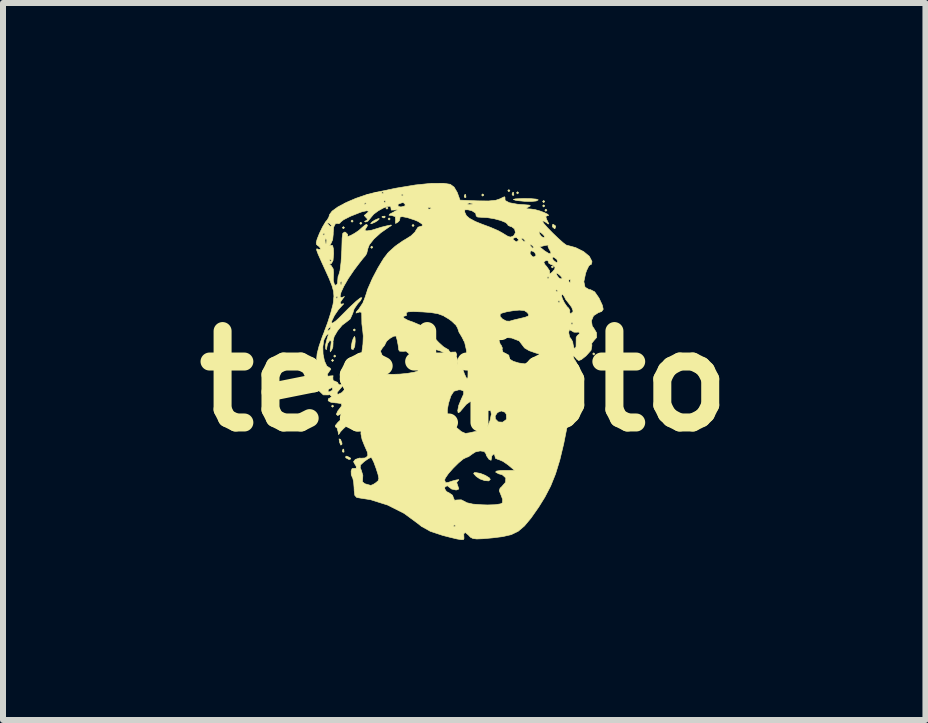
<source format=kicad_pcb>
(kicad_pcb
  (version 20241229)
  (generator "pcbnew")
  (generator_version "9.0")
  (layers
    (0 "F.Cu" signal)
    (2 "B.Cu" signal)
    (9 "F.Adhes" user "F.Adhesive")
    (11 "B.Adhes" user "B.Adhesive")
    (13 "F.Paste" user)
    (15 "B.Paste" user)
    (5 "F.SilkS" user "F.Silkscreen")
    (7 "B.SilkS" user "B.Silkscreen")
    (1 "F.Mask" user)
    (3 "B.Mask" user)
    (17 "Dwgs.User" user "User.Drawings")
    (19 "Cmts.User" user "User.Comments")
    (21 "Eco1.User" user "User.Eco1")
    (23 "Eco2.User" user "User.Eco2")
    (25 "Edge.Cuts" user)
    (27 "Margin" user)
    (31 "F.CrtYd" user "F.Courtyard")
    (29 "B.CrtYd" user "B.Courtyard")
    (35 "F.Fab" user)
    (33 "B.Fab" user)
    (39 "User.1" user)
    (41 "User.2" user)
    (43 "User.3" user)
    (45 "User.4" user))
  (footprint "testfoto"
    (layer "F.Cu")
    (at 4.688 3.303)
    (property "Reference" "testfoto" (at 0 0 0) (layer "F.SilkS") (effects (font (size 1.524 1.524) (thickness 0.3))))
    (attr through_hole)
    (fp_poly (pts (xy -2.177 -0.345) (xy -2.195 -0.327) (xy -2.213 -0.345) (xy -2.195 -0.363) (xy -2.177 -0.345)) (stroke (width 0.01) (type solid)) (fill yes) (layer "F.SilkS"))
    (fp_poly (pts (xy -2.177 0.417) (xy -2.195 0.435) (xy -2.213 0.417) (xy -2.195 0.399) (xy -2.177 0.417)) (stroke (width 0.01) (type solid)) (fill yes) (layer "F.SilkS"))
    (fp_poly (pts (xy -2.141 -0.417) (xy -2.159 -0.399) (xy -2.177 -0.417) (xy -2.159 -0.435) (xy -2.141 -0.417)) (stroke (width 0.01) (type solid)) (fill yes) (layer "F.SilkS"))
    (fp_poly (pts (xy -1.996 -2.558) (xy -2.014 -2.54) (xy -2.032 -2.558) (xy -2.014 -2.576) (xy -1.996 -2.558)) (stroke (width 0.01) (type solid)) (fill yes) (layer "F.SilkS"))
    (fp_poly (pts (xy -1.851 -2.667) (xy -1.869 -2.649) (xy -1.887 -2.667) (xy -1.869 -2.685) (xy -1.851 -2.667)) (stroke (width 0.01) (type solid)) (fill yes) (layer "F.SilkS"))
    (fp_poly (pts (xy -1.814 -0.853) (xy -1.832 -0.835) (xy -1.851 -0.853) (xy -1.832 -0.871) (xy -1.814 -0.853)) (stroke (width 0.01) (type solid)) (fill yes) (layer "F.SilkS"))
    (fp_poly (pts (xy -1.705 -2.631) (xy -1.724 -2.613) (xy -1.742 -2.631) (xy -1.724 -2.649) (xy -1.705 -2.631)) (stroke (width 0.01) (type solid)) (fill yes) (layer "F.SilkS"))
    (fp_poly (pts (xy -1.524 -2.232) (xy -1.542 -2.213) (xy -1.56 -2.232) (xy -1.542 -2.25) (xy -1.524 -2.232)) (stroke (width 0.01) (type solid)) (fill yes) (layer "F.SilkS"))
    (fp_poly (pts (xy -1.27 -2.885) (xy -1.288 -2.867) (xy -1.306 -2.885) (xy -1.288 -2.903) (xy -1.27 -2.885)) (stroke (width 0.01) (type solid)) (fill yes) (layer "F.SilkS"))
    (fp_poly (pts (xy -1.234 -2.703) (xy -1.252 -2.685) (xy -1.27 -2.703) (xy -1.252 -2.721) (xy -1.234 -2.703)) (stroke (width 0.01) (type solid)) (fill yes) (layer "F.SilkS"))
    (fp_poly (pts (xy -0.835 -2.594) (xy -0.853 -2.576) (xy -0.871 -2.594) (xy -0.853 -2.613) (xy -0.835 -2.594)) (stroke (width 0.01) (type solid)) (fill yes) (layer "F.SilkS"))
    (fp_poly (pts (xy 0.327 -3.102) (xy 0.308 -3.084) (xy 0.29 -3.102) (xy 0.308 -3.121) (xy 0.327 -3.102)) (stroke (width 0.01) (type solid)) (fill yes) (layer "F.SilkS"))
    (fp_poly (pts (xy 0.762 -3.175) (xy 0.744 -3.157) (xy 0.726 -3.175) (xy 0.744 -3.193) (xy 0.762 -3.175)) (stroke (width 0.01) (type solid)) (fill yes) (layer "F.SilkS"))
    (fp_poly (pts (xy 0.907 -3.139) (xy 0.889 -3.121) (xy 0.871 -3.139) (xy 0.889 -3.157) (xy 0.907 -3.139)) (stroke (width 0.01) (type solid)) (fill yes) (layer "F.SilkS"))
    (fp_poly (pts (xy 1.343 -2.994) (xy 1.324 -2.975) (xy 1.306 -2.994) (xy 1.324 -3.012) (xy 1.343 -2.994)) (stroke (width 0.01) (type solid)) (fill yes) (layer "F.SilkS"))
    (fp_poly (pts (xy 1.343 -2.921) (xy 1.324 -2.903) (xy 1.306 -2.921) (xy 1.324 -2.939) (xy 1.343 -2.921)) (stroke (width 0.01) (type solid)) (fill yes) (layer "F.SilkS"))
    (fp_poly (pts (xy 1.379 -2.848) (xy 1.361 -2.83) (xy 1.343 -2.848) (xy 1.361 -2.867) (xy 1.379 -2.848)) (stroke (width 0.01) (type solid)) (fill yes) (layer "F.SilkS"))
    (fp_poly (pts (xy 1.488 -1.905) (xy 1.47 -1.887) (xy 1.451 -1.905) (xy 1.47 -1.923) (xy 1.488 -1.905)) (stroke (width 0.01) (type solid)) (fill yes) (layer "F.SilkS"))
    (fp_poly (pts (xy 2.177 -0.454) (xy 2.159 -0.435) (xy 2.141 -0.454) (xy 2.159 -0.472) (xy 2.177 -0.454)) (stroke (width 0.01) (type solid)) (fill yes) (layer "F.SilkS"))
    (fp_poly (pts (xy -2.008 1.137) (xy -2.003 1.18) (xy -2.008 1.185) (xy -2.029 1.18) (xy -2.032 1.161) (xy -2.019 1.131) (xy -2.008 1.137)) (stroke (width 0.01) (type solid)) (fill yes) (layer "F.SilkS"))
    (fp_poly (pts (xy -1.318 -2.746) (xy -1.323 -2.724) (xy -1.343 -2.721) (xy -1.372 -2.735) (xy -1.367 -2.746) (xy -1.324 -2.75) (xy -1.318 -2.746)) (stroke (width 0.01) (type solid)) (fill yes) (layer "F.SilkS"))
    (fp_poly (pts (xy 0.024 -3.108) (xy 0.029 -3.065) (xy 0.024 -3.06) (xy 0.003 -3.065) (xy 0 -3.084) (xy 0.013 -3.114) (xy 0.024 -3.108)) (stroke (width 0.01) (type solid)) (fill yes) (layer "F.SilkS"))
    (fp_poly (pts (xy 0.822 -3.145) (xy 0.827 -3.102) (xy 0.822 -3.096) (xy 0.801 -3.101) (xy 0.798 -3.121) (xy 0.812 -3.15) (xy 0.822 -3.145)) (stroke (width 0.01) (type solid)) (fill yes) (layer "F.SilkS"))
    (fp_poly (pts (xy -2.064 0.97) (xy -2.062 0.971) (xy -2.037 1.034) (xy -2.04 1.057) (xy -2.058 1.066) (xy -2.078 1.019) (xy -2.086 0.963) (xy -2.064 0.97)) (stroke (width 0.01) (type solid)) (fill yes) (layer "F.SilkS"))
    (fp_poly (pts (xy -1.943 1.256) (xy -1.892 1.285) (xy -1.901 1.304) (xy -1.921 1.306) (xy -1.97 1.28) (xy -1.977 1.27) (xy -1.971 1.25) (xy -1.943 1.256)) (stroke (width 0.01) (type solid)) (fill yes) (layer "F.SilkS"))
    (fp_poly (pts (xy -1.415 -2.706) (xy -1.443 -2.677) (xy -1.488 -2.649) (xy -1.544 -2.625) (xy -1.56 -2.628) (xy -1.532 -2.657) (xy -1.488 -2.685) (xy -1.432 -2.709) (xy -1.415 -2.706)) (stroke (width 0.01) (type solid)) (fill yes) (layer "F.SilkS"))
    (fp_poly (pts (xy 1.523 -2.586) (xy 1.524 -2.576) (xy 1.512 -2.541) (xy 1.508 -2.54) (xy 1.477 -2.565) (xy 1.47 -2.576) (xy 1.472 -2.61) (xy 1.486 -2.613) (xy 1.523 -2.586)) (stroke (width 0.01) (type solid)) (fill yes) (layer "F.SilkS"))
    (fp_poly (pts (xy -1.82 -0.724) (xy -1.817 -0.664) (xy -1.825 -0.577) (xy -1.85 -0.527) (xy -1.851 -0.526) (xy -1.879 -0.536) (xy -1.884 -0.569) (xy -1.868 -0.658) (xy -1.851 -0.708) (xy -1.829 -0.746) (xy -1.82 -0.724)) (stroke (width 0.01) (type solid)) (fill yes) (layer "F.SilkS"))
    (fp_poly (pts (xy 0.269 1.538) (xy 0.354 1.572) (xy 0.418 1.612) (xy 0.435 1.638) (xy 0.408 1.663) (xy 0.341 1.658) (xy 0.262 1.63) (xy 0.201 1.589) (xy 0.157 1.542) (xy 0.168 1.525) (xy 0.192 1.524) (xy 0.269 1.538)) (stroke (width 0.01) (type solid)) (fill yes) (layer "F.SilkS"))
    (fp_poly (pts (xy 1.111 -3.042) (xy 1.199 -3.034) (xy 1.234 -3.021) (xy 1.234 -3.021) (xy 1.201 -3.003) (xy 1.12 -2.995) (xy 1.01 -2.997) (xy 0.896 -3.008) (xy 0.851 -3.016) (xy 0.818 -3.029) (xy 0.855 -3.038) (xy 0.965 -3.043) (xy 0.989 -3.044) (xy 1.111 -3.042)) (stroke (width 0.01) (type solid)) (fill yes) (layer "F.SilkS"))
    (fp_poly (pts (xy -0.233 -3.281) (xy -0.168 -3.233) (xy -0.115 -3.143) (xy -0.114 -3.139) (xy -0.07 -3.017) (xy 0.228 -3.005) (xy 0.406 -3.003) (xy 0.527 -3.015) (xy 0.608 -3.043) (xy 0.615 -3.048) (xy 0.67 -3.074) (xy 0.68 -3.063) (xy 0.679 -3.061) (xy 0.681 -3.012) (xy 0.751 -2.974) (xy 0.886 -2.949) (xy 0.998 -2.941) (xy 1.083 -2.934) (xy 1.103 -2.922) (xy 1.07 -2.903) (xy 1.031 -2.881) (xy 1.053 -2.872) (xy 1.112 -2.869) (xy 1.181 -2.859) (xy 1.263 -2.836) (xy 1.34 -2.807) (xy 1.394 -2.78) (xy 1.407 -2.762) (xy 1.387 -2.758) (xy 1.359 -2.745) (xy 1.374 -2.694) (xy 1.384 -2.676) (xy 1.41 -2.621) (xy 1.396 -2.621) (xy 1.367 -2.644) (xy 1.32 -2.67) (xy 1.306 -2.659) (xy 1.331 -2.622) (xy 1.393 -2.552) (xy 1.477 -2.466) (xy 1.567 -2.38) (xy 1.646 -2.309) (xy 1.697 -2.27) (xy 1.705 -2.267) (xy 1.857 -2.226) (xy 1.989 -2.16) (xy 2.085 -2.081) (xy 2.128 -1.998) (xy 2.129 -1.986) (xy 2.116 -1.943) (xy 2.103 -1.942) (xy 2.077 -1.921) (xy 2.042 -1.849) (xy 2.024 -1.799) (xy 1.994 -1.658) (xy 2.014 -1.566) (xy 2.082 -1.526) (xy 2.106 -1.524) (xy 2.174 -1.489) (xy 2.244 -1.389) (xy 2.249 -1.38) (xy 2.302 -1.266) (xy 2.317 -1.198) (xy 2.291 -1.161) (xy 2.235 -1.141) (xy 2.156 -1.09) (xy 2.12 -1.006) (xy 2.134 -0.917) (xy 2.158 -0.885) (xy 2.205 -0.807) (xy 2.207 -0.728) (xy 2.163 -0.678) (xy 2.162 -0.677) (xy 2.126 -0.631) (xy 2.128 -0.588) (xy 2.114 -0.514) (xy 2.034 -0.425) (xy 2.028 -0.419) (xy 1.952 -0.359) (xy 1.908 -0.343) (xy 1.875 -0.367) (xy 1.862 -0.384) (xy 1.825 -0.421) (xy 1.814 -0.413) (xy 1.837 -0.358) (xy 1.856 -0.335) (xy 1.9 -0.246) (xy 1.908 -0.119) (xy 1.878 0.022) (xy 1.873 0.036) (xy 1.849 0.117) (xy 1.817 0.252) (xy 1.779 0.427) (xy 1.74 0.623) (xy 1.725 0.708) (xy 1.659 1.041) (xy 1.593 1.316) (xy 1.522 1.547) (xy 1.441 1.748) (xy 1.345 1.933) (xy 1.242 2.099) (xy 1.113 2.283) (xy 1.004 2.414) (xy 0.899 2.503) (xy 0.783 2.559) (xy 0.639 2.592) (xy 0.469 2.613) (xy 0.311 2.627) (xy 0.208 2.631) (xy 0.145 2.623) (xy 0.104 2.602) (xy 0.069 2.565) (xy 0.017 2.522) (xy -0.008 2.545) (xy -0.004 2.622) (xy -0.011 2.64) (xy -0.045 2.643) (xy -0.12 2.631) (xy -0.245 2.601) (xy -0.361 2.571) (xy -0.566 2.503) (xy -0.715 2.419) (xy -0.723 2.413) (xy -0.181 2.413) (xy -0.163 2.431) (xy -0.145 2.413) (xy -0.163 2.395) (xy -0.181 2.413) (xy -0.723 2.413) (xy -0.761 2.382) (xy -1.001 2.205) (xy -1.276 2.066) (xy -1.562 1.976) (xy -1.724 1.951) (xy -1.792 1.939) (xy -1.824 1.904) (xy -1.834 1.826) (xy -1.835 1.787) (xy -1.843 1.686) (xy -1.857 1.619) (xy -1.863 1.609) (xy -1.883 1.56) (xy -1.885 1.498) (xy -1.869 1.458) (xy -1.86 1.456) (xy -1.799 1.453) (xy -1.799 1.447) (xy -1.734 1.447) (xy -1.717 1.482) (xy -1.69 1.571) (xy -1.693 1.625) (xy -1.696 1.678) (xy -1.658 1.71) (xy -1.565 1.736) (xy -1.558 1.738) (xy -1.516 1.722) (xy -1.472 1.693) (xy -1.435 1.661) (xy -1.431 1.649) (xy -0.327 1.649) (xy -0.31 1.694) (xy -0.263 1.687) (xy -0.199 1.665) (xy -0.134 1.648) (xy -0.091 1.642) (xy -0.092 1.65) (xy -0.099 1.654) (xy -0.126 1.691) (xy -0.107 1.745) (xy -0.09 1.798) (xy -0.127 1.814) (xy -0.142 1.814) (xy -0.212 1.798) (xy -0.236 1.778) (xy -0.282 1.743) (xy -0.32 1.763) (xy -0.327 1.792) (xy -0.296 1.841) (xy -0.254 1.861) (xy -0.195 1.902) (xy -0.181 1.942) (xy -0.162 1.986) (xy -0.122 1.981) (xy -0.05 1.978) (xy -0.023 1.991) (xy 0.044 2.027) (xy 0.145 2.05) (xy 0.296 2.061) (xy 0.388 2.064) (xy 0.515 2.06) (xy 0.605 2.046) (xy 0.637 2.029) (xy 0.64 1.97) (xy 0.613 1.898) (xy 0.584 1.827) (xy 0.598 1.784) (xy 0.62 1.765) (xy 0.689 1.686) (xy 0.693 1.613) (xy 0.633 1.56) (xy 0.575 1.545) (xy 0.529 1.52) (xy 0.523 1.515) (xy 0.539 1.499) (xy 0.61 1.489) (xy 0.668 1.488) (xy 0.84 1.488) (xy 0.732 1.397) (xy 0.647 1.338) (xy 0.575 1.307) (xy 0.565 1.306) (xy 0.519 1.285) (xy 0.515 1.261) (xy 0.503 1.219) (xy 0.49 1.216) (xy 0.46 1.245) (xy 0.456 1.278) (xy 0.447 1.32) (xy 0.411 1.301) (xy 0.369 1.239) (xy 0.363 1.211) (xy 0.334 1.173) (xy 0.266 1.163) (xy 0.187 1.18) (xy 0.132 1.216) (xy 0.071 1.26) (xy 0.04 1.27) (xy -0.014 1.296) (xy -0.094 1.362) (xy -0.182 1.449) (xy -0.262 1.539) (xy -0.315 1.615) (xy -0.327 1.649) (xy -1.431 1.649) (xy -1.423 1.622) (xy -1.437 1.554) (xy -1.468 1.457) (xy -1.506 1.354) (xy -1.539 1.286) (xy -1.554 1.271) (xy -1.597 1.291) (xy -1.667 1.34) (xy -1.669 1.342) (xy -1.729 1.398) (xy -1.734 1.447) (xy -1.799 1.447) (xy -1.802 1.415) (xy -1.817 1.394) (xy -1.845 1.343) (xy -1.816 1.306) (xy -1.812 1.304) (xy -1.745 1.282) (xy -1.72 1.285) (xy -1.657 1.281) (xy -1.631 1.269) (xy -1.606 1.238) (xy -1.614 1.183) (xy -1.657 1.086) (xy -1.66 1.08) (xy -1.703 0.972) (xy -1.722 0.878) (xy -1.72 0.849) (xy -1.729 0.764) (xy -1.757 0.728) (xy -1.803 0.701) (xy -1.814 0.723) (xy -1.836 0.749) (xy -1.851 0.743) (xy -1.872 0.7) (xy -1.867 0.687) (xy -1.877 0.658) (xy -1.903 0.653) (xy -1.952 0.68) (xy -1.959 0.706) (xy -1.987 0.77) (xy -2.009 0.787) (xy -2.066 0.847) (xy -2.078 0.871) (xy -2.095 0.891) (xy -2.102 0.844) (xy -2.12 0.78) (xy -2.147 0.762) (xy -2.149 0.741) (xy -2.106 0.688) (xy -2.069 0.653) (xy -2.005 0.585) (xy -1.981 0.544) (xy -1.851 0.544) (xy -1.837 0.574) (xy -1.826 0.568) (xy -1.822 0.525) (xy -1.826 0.52) (xy -1.848 0.525) (xy -1.851 0.544) (xy -1.981 0.544) (xy -1.974 0.532) (xy -1.979 0.506) (xy -2.021 0.522) (xy -2.05 0.544) (xy -2.109 0.574) (xy -2.132 0.553) (xy -2.107 0.497) (xy -2.094 0.48) (xy -0.282 0.48) (xy -0.28 0.556) (xy -0.259 0.581) (xy -0.223 0.61) (xy -0.218 0.637) (xy -0.19 0.701) (xy -0.125 0.777) (xy -0.047 0.842) (xy 0.02 0.871) (xy 0.023 0.871) (xy 0.086 0.862) (xy 0.187 0.839) (xy 0.231 0.828) (xy 0.336 0.792) (xy 0.394 0.742) (xy 0.43 0.659) (xy 0.446 0.58) (xy 0.516 0.58) (xy 0.519 0.63) (xy 0.569 0.68) (xy 0.641 0.684) (xy 0.698 0.643) (xy 0.705 0.629) (xy 0.702 0.554) (xy 0.68 0.519) (xy 0.618 0.497) (xy 0.554 0.523) (xy 0.516 0.58) (xy 0.446 0.58) (xy 0.452 0.552) (xy 0.442 0.492) (xy 0.402 0.489) (xy 0.395 0.492) (xy 0.349 0.484) (xy 0.28 0.435) (xy 0.265 0.42) (xy 0.177 0.348) (xy 0.106 0.336) (xy 0.034 0.387) (xy -0.015 0.445) (xy -0.073 0.513) (xy -0.101 0.527) (xy -0.108 0.492) (xy -0.108 0.49) (xy -0.092 0.406) (xy -0.054 0.313) (xy -0.01 0.216) (xy -0.01 0.165) (xy -0.057 0.146) (xy -0.092 0.145) (xy -0.173 0.169) (xy -0.222 0.245) (xy -0.262 0.37) (xy -0.282 0.48) (xy -2.094 0.48) (xy -2.092 0.478) (xy -2.04 0.409) (xy -2.05 0.374) (xy -2.125 0.363) (xy -2.139 0.363) (xy -2.223 0.352) (xy -2.268 0.327) (xy -2.265 0.293) (xy -2.252 0.29) (xy -2.215 0.262) (xy -2.213 0.25) (xy -2.229 0.236) (xy -1.851 0.236) (xy -1.832 0.254) (xy -1.814 0.236) (xy -1.832 0.218) (xy -1.851 0.236) (xy -2.229 0.236) (xy -2.24 0.225) (xy -2.266 0.23) (xy -2.349 0.229) (xy -2.418 0.163) (xy -2.426 0.145) (xy -2.268 0.145) (xy -2.266 0.179) (xy -2.254 0.181) (xy -2.203 0.155) (xy -2.195 0.145) (xy -2.197 0.112) (xy -2.209 0.109) (xy -2.26 0.135) (xy -2.268 0.145) (xy -2.426 0.145) (xy -2.469 0.041) (xy -2.494 -0.106) (xy -2.501 -0.241) (xy -2.493 -0.309) (xy -2.478 -0.315) (xy -2.456 -0.325) (xy -2.459 -0.381) (xy -2.452 -0.458) (xy -2.422 -0.574) (xy -2.357 -0.574) (xy -2.353 -0.451) (xy -2.33 -0.337) (xy -2.291 -0.252) (xy -2.239 -0.218) (xy -2.237 -0.218) (xy -2.223 -0.199) (xy -2.242 -0.174) (xy -2.282 -0.115) (xy -2.272 -0.082) (xy -2.228 -0.087) (xy -2.186 -0.09) (xy -2.19 -0.055) (xy -2.185 -0.008) (xy -2.158 0) (xy -2.11 0.022) (xy -2.105 0.04) (xy -2.078 0.063) (xy -2.042 0.056) (xy -2.013 0.054) (xy -2.036 0.091) (xy -2.066 0.125) (xy -2.118 0.188) (xy -2.117 0.215) (xy -2.097 0.218) (xy -2.039 0.19) (xy -1.978 0.122) (xy -1.978 0.122) (xy -1.924 0.061) (xy -1.889 0.069) (xy -1.889 0.07) (xy -1.852 0.089) (xy -1.814 0.048) (xy -1.781 -0.043) (xy -1.768 -0.109) (xy -1.752 -0.214) (xy -1.728 -0.355) (xy -1.707 -0.472) (xy -1.704 -0.499) (xy -1.397 -0.499) (xy -1.375 -0.449) (xy -1.351 -0.377) (xy -1.353 -0.275) (xy -1.362 -0.187) (xy -1.356 -0.136) (xy -1.355 -0.133) (xy -1.301 -0.118) (xy -1.2 -0.113) (xy -1.072 -0.117) (xy -0.942 -0.13) (xy -0.832 -0.149) (xy -0.785 -0.164) (xy -0.698 -0.216) (xy -0.646 -0.278) (xy -0.644 -0.286) (xy -0.608 -0.337) (xy -0.522 -0.371) (xy -0.458 -0.382) (xy -0.343 -0.405) (xy -0.299 -0.43) (xy -0.321 -0.462) (xy -0.39 -0.5) (xy -0.468 -0.525) (xy -0.533 -0.509) (xy -0.588 -0.472) (xy -0.691 -0.419) (xy -0.797 -0.401) (xy -0.883 -0.417) (xy -0.922 -0.458) (xy -0.971 -0.5) (xy -1.016 -0.497) (xy -1.076 -0.499) (xy -1.091 -0.52) (xy -1.102 -0.603) (xy -1.119 -0.69) (xy -1.136 -0.747) (xy -1.14 -0.753) (xy -1.178 -0.748) (xy -1.238 -0.713) (xy -1.29 -0.669) (xy -1.306 -0.642) (xy -1.329 -0.594) (xy -1.362 -0.556) (xy -1.397 -0.499) (xy -1.704 -0.499) (xy -1.688 -0.617) (xy -1.683 -0.753) (xy -1.691 -0.835) (xy -1.706 -0.955) (xy -1.708 -1.066) (xy -1.708 -1.078) (xy -1.02 -1.078) (xy -1.004 -1.05) (xy -0.939 -1.014) (xy -0.851 -0.983) (xy -0.729 -0.931) (xy -0.613 -0.842) (xy -0.515 -0.74) (xy -0.425 -0.644) (xy -0.348 -0.574) (xy -0.301 -0.545) (xy -0.299 -0.545) (xy -0.257 -0.519) (xy -0.254 -0.504) (xy -0.228 -0.48) (xy -0.201 -0.484) (xy -0.142 -0.485) (xy -0.124 -0.438) (xy -0.152 -0.366) (xy -0.175 -0.299) (xy -0.166 -0.265) (xy -0.129 -0.264) (xy -0.119 -0.281) (xy -0.083 -0.323) (xy -0.046 -0.311) (xy -0.036 -0.275) (xy -0.025 -0.204) (xy 0.003 -0.121) (xy 0.034 -0.056) (xy 0.055 -0.036) (xy 0.062 -0.07) (xy 0.063 -0.158) (xy 0.058 -0.286) (xy 0.055 -0.336) (xy 0.036 -0.519) (xy 0.007 -0.647) (xy -0.007 -0.673) (xy 0.581 -0.673) (xy 0.602 -0.612) (xy 0.615 -0.6) (xy 0.636 -0.552) (xy 0.631 -0.53) (xy 0.646 -0.483) (xy 0.691 -0.461) (xy 0.744 -0.432) (xy 0.748 -0.405) (xy 0.757 -0.367) (xy 0.819 -0.33) (xy 0.911 -0.302) (xy 1.014 -0.288) (xy 1.106 -0.295) (xy 1.113 -0.297) (xy 1.209 -0.318) (xy 1.276 -0.324) (xy 1.279 -0.324) (xy 1.387 -0.319) (xy 1.433 -0.338) (xy 1.421 -0.371) (xy 1.356 -0.413) (xy 1.24 -0.456) (xy 1.196 -0.468) (xy 1.082 -0.508) (xy 1.006 -0.553) (xy 0.988 -0.576) (xy 0.916 -0.671) (xy 0.79 -0.719) (xy 0.717 -0.725) (xy 0.618 -0.715) (xy 0.581 -0.681) (xy 0.581 -0.673) (xy -0.007 -0.673) (xy -0.037 -0.733) (xy -0.037 -0.733) (xy -0.08 -0.805) (xy 1.742 -0.805) (xy 1.757 -0.734) (xy 1.778 -0.708) (xy 1.808 -0.656) (xy 1.814 -0.615) (xy 1.828 -0.557) (xy 1.846 -0.544) (xy 1.864 -0.575) (xy 1.865 -0.651) (xy 1.865 -0.653) (xy 1.866 -0.729) (xy 1.887 -0.762) (xy 1.888 -0.762) (xy 1.922 -0.79) (xy 1.923 -0.8) (xy 1.901 -0.822) (xy 1.885 -0.815) (xy 1.829 -0.816) (xy 1.795 -0.836) (xy 1.754 -0.858) (xy 1.742 -0.818) (xy 1.742 -0.805) (xy -0.08 -0.805) (xy -0.087 -0.816) (xy -0.109 -0.881) (xy -0.109 -0.883) (xy -0.137 -0.932) (xy -0.168 -0.962) (xy 1.778 -0.962) (xy 1.796 -0.943) (xy 1.814 -0.962) (xy 1.796 -0.98) (xy 1.778 -0.962) (xy -0.168 -0.962) (xy -0.207 -0.999) (xy -0.256 -1.035) (xy -0.33 -1.08) (xy 0.597 -1.08) (xy 0.638 -1.035) (xy 0.7 -1.002) (xy 0.756 -0.999) (xy 0.828 -1.02) (xy 0.901 -1.037) (xy 1.014 -1.064) (xy 1.068 -1.085) (xy 1.075 -1.11) (xy 1.051 -1.144) (xy 1.003 -1.176) (xy 0.919 -1.184) (xy 0.821 -1.175) (xy 0.708 -1.156) (xy 0.625 -1.133) (xy 0.601 -1.12) (xy 0.597 -1.08) (xy -0.33 -1.08) (xy -0.346 -1.09) (xy -0.439 -1.124) (xy -0.56 -1.144) (xy -0.696 -1.154) (xy -0.849 -1.16) (xy -0.937 -1.155) (xy -0.967 -1.14) (xy -0.965 -1.13) (xy -0.963 -1.093) (xy -0.978 -1.089) (xy -1.02 -1.078) (xy -1.708 -1.078) (xy -1.709 -1.138) (xy -1.736 -1.155) (xy -1.765 -1.146) (xy -1.804 -1.135) (xy -1.795 -1.158) (xy -1.755 -1.204) (xy -1.689 -1.304) (xy -1.681 -1.324) (xy 1.56 -1.324) (xy 1.578 -1.306) (xy 1.597 -1.324) (xy 1.578 -1.343) (xy 1.56 -1.324) (xy -1.681 -1.324) (xy -1.653 -1.396) (xy -1.642 -1.429) (xy 1.62 -1.429) (xy 1.636 -1.375) (xy 1.67 -1.306) (xy 1.713 -1.243) (xy 1.742 -1.215) (xy 1.763 -1.172) (xy 1.758 -1.159) (xy 1.764 -1.127) (xy 1.776 -1.125) (xy 1.811 -1.154) (xy 1.814 -1.172) (xy 1.791 -1.232) (xy 1.741 -1.299) (xy 1.69 -1.363) (xy 1.671 -1.404) (xy 1.646 -1.439) (xy 1.633 -1.445) (xy 1.62 -1.429) (xy -1.642 -1.429) (xy -1.617 -1.506) (xy 1.524 -1.506) (xy 1.542 -1.488) (xy 1.56 -1.506) (xy 1.542 -1.524) (xy 1.524 -1.506) (xy -1.617 -1.506) (xy -1.606 -1.54) (xy -1.549 -1.669) (xy 1.742 -1.669) (xy 1.755 -1.639) (xy 1.766 -1.645) (xy 1.77 -1.688) (xy 1.766 -1.693) (xy 1.744 -1.688) (xy 1.742 -1.669) (xy -1.549 -1.669) (xy -1.53 -1.712) (xy -1.524 -1.724) (xy 1.379 -1.724) (xy 1.397 -1.705) (xy 1.415 -1.724) (xy 1.397 -1.742) (xy 1.379 -1.724) (xy -1.524 -1.724) (xy -1.438 -1.887) (xy -1.379 -1.985) (xy 1.326 -1.985) (xy 1.343 -1.946) (xy 1.377 -1.907) (xy 1.422 -1.841) (xy 1.425 -1.795) (xy 1.425 -1.795) (xy 1.426 -1.787) (xy 1.452 -1.805) (xy 1.538 -1.805) (xy 1.541 -1.776) (xy 1.545 -1.765) (xy 1.578 -1.72) (xy 1.616 -1.702) (xy 1.633 -1.719) (xy 1.609 -1.75) (xy 1.578 -1.779) (xy 1.538 -1.805) (xy 1.452 -1.805) (xy 1.462 -1.812) (xy 1.508 -1.867) (xy 1.513 -1.901) (xy 1.47 -1.939) (xy 1.448 -1.943) (xy 1.407 -1.968) (xy 1.406 -1.987) (xy 1.388 -2.013) (xy 1.358 -2.008) (xy 1.326 -1.985) (xy -1.379 -1.985) (xy -1.344 -2.042) (xy -1.34 -2.048) (xy 1.467 -2.048) (xy 1.488 -2.013) (xy 1.536 -1.976) (xy 1.558 -1.987) (xy 1.544 -2.03) (xy 1.494 -2.066) (xy 1.481 -2.068) (xy 1.467 -2.048) (xy -1.34 -2.048) (xy -1.282 -2.123) (xy 1.098 -2.123) (xy 1.133 -2.079) (xy 1.163 -2.068) (xy 1.197 -2.096) (xy 1.197 -2.102) (xy 1.173 -2.148) (xy 1.126 -2.172) (xy 1.101 -2.165) (xy 1.098 -2.123) (xy -1.282 -2.123) (xy -1.263 -2.147) (xy -1.151 -2.248) (xy -1.112 -2.276) (xy 1.094 -2.276) (xy 1.103 -2.255) (xy 1.14 -2.216) (xy 1.161 -2.224) (xy 1.161 -2.229) (xy 1.154 -2.238) (xy 1.258 -2.238) (xy 1.342 -2.17) (xy 1.411 -2.127) (xy 1.447 -2.126) (xy 1.438 -2.165) (xy 1.421 -2.189) (xy 1.396 -2.241) (xy 1.401 -2.26) (xy 1.389 -2.268) (xy 1.34 -2.26) (xy 1.258 -2.238) (xy 1.154 -2.238) (xy 1.135 -2.26) (xy 1.119 -2.271) (xy 1.094 -2.276) (xy -1.112 -2.276) (xy -1.02 -2.34) (xy -0.982 -2.362) (xy -0.957 -2.377) (xy 0.813 -2.377) (xy 0.816 -2.359) (xy 0.863 -2.324) (xy 0.873 -2.322) (xy 0.906 -2.35) (xy 0.907 -2.359) (xy 0.883 -2.384) (xy 0.949 -2.384) (xy 0.958 -2.364) (xy 0.995 -2.325) (xy 1.016 -2.333) (xy 1.016 -2.338) (xy 0.99 -2.369) (xy 0.974 -2.38) (xy 0.949 -2.384) (xy 0.883 -2.384) (xy 0.878 -2.39) (xy 0.851 -2.395) (xy 0.813 -2.377) (xy -0.957 -2.377) (xy -0.885 -2.423) (xy -0.821 -2.485) (xy -0.807 -2.51) (xy -0.77 -2.566) (xy -0.74 -2.576) (xy -0.691 -2.589) (xy -0.704 -2.62) (xy -0.769 -2.662) (xy -0.826 -2.686) (xy -0.945 -2.725) (xy -1.032 -2.742) (xy -1.072 -2.735) (xy -1.07 -2.721) (xy -1.079 -2.678) (xy -1.106 -2.65) (xy -1.144 -2.628) (xy -1.147 -2.664) (xy -1.144 -2.682) (xy -1.149 -2.742) (xy -1.209 -2.761) (xy -1.254 -2.766) (xy -1.242 -2.784) (xy -1.179 -2.817) (xy -1.173 -2.82) (xy 0.007 -2.82) (xy 0.036 -2.758) (xy 0.088 -2.713) (xy 0.187 -2.66) (xy 0.299 -2.615) (xy 0.437 -2.564) (xy 0.564 -2.509) (xy 0.635 -2.47) (xy 0.718 -2.419) (xy 0.766 -2.401) (xy 0.803 -2.411) (xy 0.827 -2.426) (xy 0.854 -2.477) (xy 0.85 -2.495) (xy 1.248 -2.495) (xy 1.251 -2.466) (xy 1.255 -2.454) (xy 1.288 -2.41) (xy 1.326 -2.391) (xy 1.343 -2.409) (xy 1.318 -2.44) (xy 1.287 -2.468) (xy 1.248 -2.495) (xy 0.85 -2.495) (xy 0.838 -2.538) (xy 0.789 -2.575) (xy 0.776 -2.576) (xy 0.731 -2.596) (xy 0.726 -2.611) (xy 0.693 -2.643) (xy 0.611 -2.677) (xy 0.5 -2.707) (xy 0.383 -2.726) (xy 0.298 -2.73) (xy 0.224 -2.735) (xy 0.198 -2.754) (xy 0.199 -2.757) (xy 0.191 -2.8) (xy 0.13 -2.839) (xy 0.064 -2.856) (xy 0.011 -2.856) (xy 0.007 -2.82) (xy -1.173 -2.82) (xy -1.117 -2.85) (xy -1.119 -2.859) (xy -1.155 -2.853) (xy -1.216 -2.851) (xy -1.221 -2.884) (xy -1.222 -2.891) (xy -0.605 -2.891) (xy -0.6 -2.869) (xy -0.581 -2.867) (xy -0.551 -2.88) (xy -0.556 -2.891) (xy -0.599 -2.895) (xy -0.605 -2.891) (xy -1.222 -2.891) (xy -1.228 -2.916) (xy -1.277 -2.913) (xy -1.351 -2.885) (xy -1.435 -2.838) (xy -1.51 -2.782) (xy -1.559 -2.723) (xy -1.56 -2.721) (xy -1.608 -2.665) (xy -1.643 -2.652) (xy -1.662 -2.662) (xy -1.638 -2.674) (xy -1.607 -2.697) (xy -1.638 -2.729) (xy -1.667 -2.762) (xy -1.642 -2.782) (xy -1.6 -2.818) (xy -1.597 -2.832) (xy -1.626 -2.84) (xy -1.701 -2.824) (xy -1.733 -2.813) (xy -1.897 -2.748) (xy -2.01 -2.691) (xy -2.064 -2.648) (xy -2.068 -2.638) (xy -2.091 -2.624) (xy -2.102 -2.629) (xy -2.146 -2.626) (xy -2.176 -2.567) (xy -2.184 -2.468) (xy -2.183 -2.455) (xy -2.193 -2.358) (xy -2.222 -2.293) (xy -2.249 -2.254) (xy -2.226 -2.261) (xy -2.223 -2.263) (xy -2.194 -2.261) (xy -2.18 -2.203) (xy -2.177 -2.125) (xy -2.187 -2.01) (xy -2.214 -1.961) (xy -2.223 -1.959) (xy -2.247 -1.95) (xy -2.219 -1.928) (xy -2.184 -1.871) (xy -2.178 -1.81) (xy -2.182 -1.678) (xy -2.164 -1.61) (xy -2.139 -1.597) (xy -2.111 -1.626) (xy -2.111 -1.633) (xy -2.068 -1.633) (xy -2.055 -1.603) (xy -2.044 -1.609) (xy -2.04 -1.652) (xy -2.044 -1.657) (xy -2.066 -1.652) (xy -2.068 -1.633) (xy -2.111 -1.633) (xy -2.11 -1.66) (xy -2.103 -1.743) (xy -2.09 -1.773) (xy -2.07 -1.844) (xy -2.053 -1.982) (xy -2.041 -2.182) (xy -2.035 -2.385) (xy -2.024 -2.464) (xy -1.994 -2.485) (xy -1.978 -2.481) (xy -1.942 -2.445) (xy -1.945 -2.424) (xy -1.939 -2.411) (xy -1.892 -2.428) (xy -1.825 -2.465) (xy -1.757 -2.511) (xy -1.708 -2.555) (xy -1.707 -2.556) (xy -1.652 -2.603) (xy -1.624 -2.613) (xy -1.613 -2.591) (xy -1.633 -2.558) (xy -1.658 -2.515) (xy -1.626 -2.504) (xy -1.622 -2.504) (xy -1.543 -2.516) (xy -1.481 -2.535) (xy -1.381 -2.566) (xy -1.288 -2.589) (xy -1.218 -2.603) (xy -1.213 -2.595) (xy -1.255 -2.568) (xy -1.391 -2.473) (xy -1.505 -2.37) (xy -1.581 -2.274) (xy -1.606 -2.21) (xy -1.626 -2.127) (xy -1.652 -2.086) (xy -1.692 -2.04) (xy -1.76 -1.953) (xy -1.837 -1.851) (xy -1.934 -1.708) (xy -2.007 -1.581) (xy -2.054 -1.479) (xy -2.07 -1.412) (xy -2.05 -1.39) (xy -2.023 -1.4) (xy -1.996 -1.411) (xy -2.021 -1.379) (xy -2.023 -1.377) (xy -2.062 -1.32) (xy -2.068 -1.297) (xy -2.044 -1.282) (xy -2.023 -1.289) (xy -2.008 -1.289) (xy -2.032 -1.264) (xy -2.1 -1.188) (xy -2.164 -1.093) (xy -2.206 -1.006) (xy -2.213 -0.972) (xy -2.191 -0.968) (xy -2.135 -1.008) (xy -2.088 -1.052) (xy -1.922 -1.219) (xy -1.802 -1.331) (xy -1.73 -1.388) (xy -1.705 -1.39) (xy -1.705 -1.39) (xy -1.73 -1.341) (xy -1.776 -1.29) (xy -1.835 -1.204) (xy -1.858 -1.131) (xy -1.9 -1.037) (xy -1.953 -0.994) (xy -2.035 -0.932) (xy -2.112 -0.839) (xy -2.169 -0.741) (xy -2.188 -0.66) (xy -2.186 -0.648) (xy -2.19 -0.567) (xy -2.209 -0.52) (xy -2.233 -0.489) (xy -2.235 -0.517) (xy -2.225 -0.577) (xy -2.216 -0.659) (xy -2.233 -0.68) (xy -2.244 -0.675) (xy -2.279 -0.621) (xy -2.289 -0.569) (xy -2.297 -0.525) (xy -2.31 -0.536) (xy -2.312 -0.6) (xy -2.29 -0.692) (xy -2.288 -0.699) (xy -2.265 -0.773) (xy -2.269 -0.789) (xy -2.3 -0.762) (xy -2.34 -0.685) (xy -2.357 -0.574) (xy -2.422 -0.574) (xy -2.419 -0.585) (xy -2.363 -0.747) (xy -2.339 -0.805) (xy -2.328 -0.837) (xy -2.277 -0.837) (xy -2.272 -0.835) (xy -2.239 -0.86) (xy -2.232 -0.871) (xy -2.222 -0.905) (xy -2.227 -0.907) (xy -2.26 -0.882) (xy -2.268 -0.871) (xy -2.277 -0.837) (xy -2.328 -0.837) (xy -2.277 -0.973) (xy -2.224 -1.139) (xy -2.188 -1.276) (xy -2.18 -1.324) (xy -2.174 -1.397) (xy -2.141 -1.397) (xy -2.123 -1.379) (xy -2.105 -1.397) (xy -2.123 -1.415) (xy -2.141 -1.397) (xy -2.174 -1.397) (xy -2.172 -1.414) (xy -2.178 -1.496) (xy -2.203 -1.588) (xy -2.251 -1.709) (xy -2.312 -1.844) (xy -2.387 -2.008) (xy -2.389 -2.014) (xy -2.25 -2.014) (xy -2.232 -1.996) (xy -2.213 -2.014) (xy -2.232 -2.032) (xy -2.25 -2.014) (xy -2.389 -2.014) (xy -2.435 -2.116) (xy -2.458 -2.178) (xy -2.461 -2.204) (xy -2.446 -2.204) (xy -2.431 -2.195) (xy -2.398 -2.198) (xy -2.395 -2.211) (xy -2.421 -2.248) (xy -2.431 -2.25) (xy -2.463 -2.279) (xy -2.467 -2.306) (xy -2.458 -2.343) (xy -2.319 -2.343) (xy -2.313 -2.296) (xy -2.3 -2.296) (xy -2.292 -2.344) (xy -2.297 -2.365) (xy -2.314 -2.379) (xy -2.319 -2.343) (xy -2.458 -2.343) (xy -2.451 -2.369) (xy -2.419 -2.449) (xy -2.359 -2.449) (xy -2.34 -2.431) (xy -2.322 -2.449) (xy -2.34 -2.467) (xy -2.359 -2.449) (xy -2.419 -2.449) (xy -2.412 -2.466) (xy -2.362 -2.569) (xy -2.321 -2.638) (xy -2.28 -2.638) (xy -2.271 -2.618) (xy -2.235 -2.579) (xy -2.214 -2.587) (xy -2.213 -2.592) (xy -2.239 -2.623) (xy -2.255 -2.634) (xy -2.28 -2.638) (xy -2.321 -2.638) (xy -2.313 -2.652) (xy -2.285 -2.685) (xy -2.257 -2.732) (xy -2.245 -2.776) (xy -2.203 -2.833) (xy -2.107 -2.903) (xy -2.005 -2.957) (xy -1.669 -2.957) (xy -1.651 -2.939) (xy -1.107 -2.939) (xy -1.096 -2.911) (xy -1.054 -2.903) (xy -0.994 -2.918) (xy -0.98 -2.939) (xy -0.988 -2.948) (xy 0.052 -2.948) (xy 0.088 -2.942) (xy 0.135 -2.949) (xy 0.135 -2.961) (xy 0.087 -2.97) (xy 0.066 -2.964) (xy 0.052 -2.948) (xy -0.988 -2.948) (xy -1.009 -2.972) (xy -1.032 -2.975) (xy -1.094 -2.953) (xy -1.107 -2.939) (xy -1.651 -2.939) (xy -1.633 -2.957) (xy -1.651 -2.975) (xy -1.669 -2.957) (xy -2.005 -2.957) (xy -1.97 -2.976) (xy -1.929 -2.994) (xy -1.343 -2.994) (xy -1.324 -2.975) (xy -1.306 -2.994) (xy -1.324 -3.012) (xy -1.343 -2.994) (xy -1.929 -2.994) (xy -1.808 -3.046) (xy -1.645 -3.102) (xy -1.052 -3.102) (xy -1.034 -3.084) (xy -1.016 -3.102) (xy -1.034 -3.121) (xy -1.052 -3.102) (xy -1.645 -3.102) (xy -1.636 -3.106) (xy -1.52 -3.136) (xy -1.509 -3.139) (xy -1.379 -3.139) (xy -1.361 -3.121) (xy -1.343 -3.139) (xy -1.361 -3.157) (xy -1.379 -3.139) (xy -1.509 -3.139) (xy -1.139 -3.216) (xy -0.814 -3.27) (xy -0.548 -3.297) (xy -0.344 -3.298) (xy -0.233 -3.281)) (stroke (width 0.01) (type solid)) (fill yes) (layer "F.SilkS")))
  (gr_rect
    (start -3 -3)
    (end 12.376 8.951)
    (stroke (width 0.1) (type default))
    (fill no)
    (layer "Edge.Cuts")))
</source>
